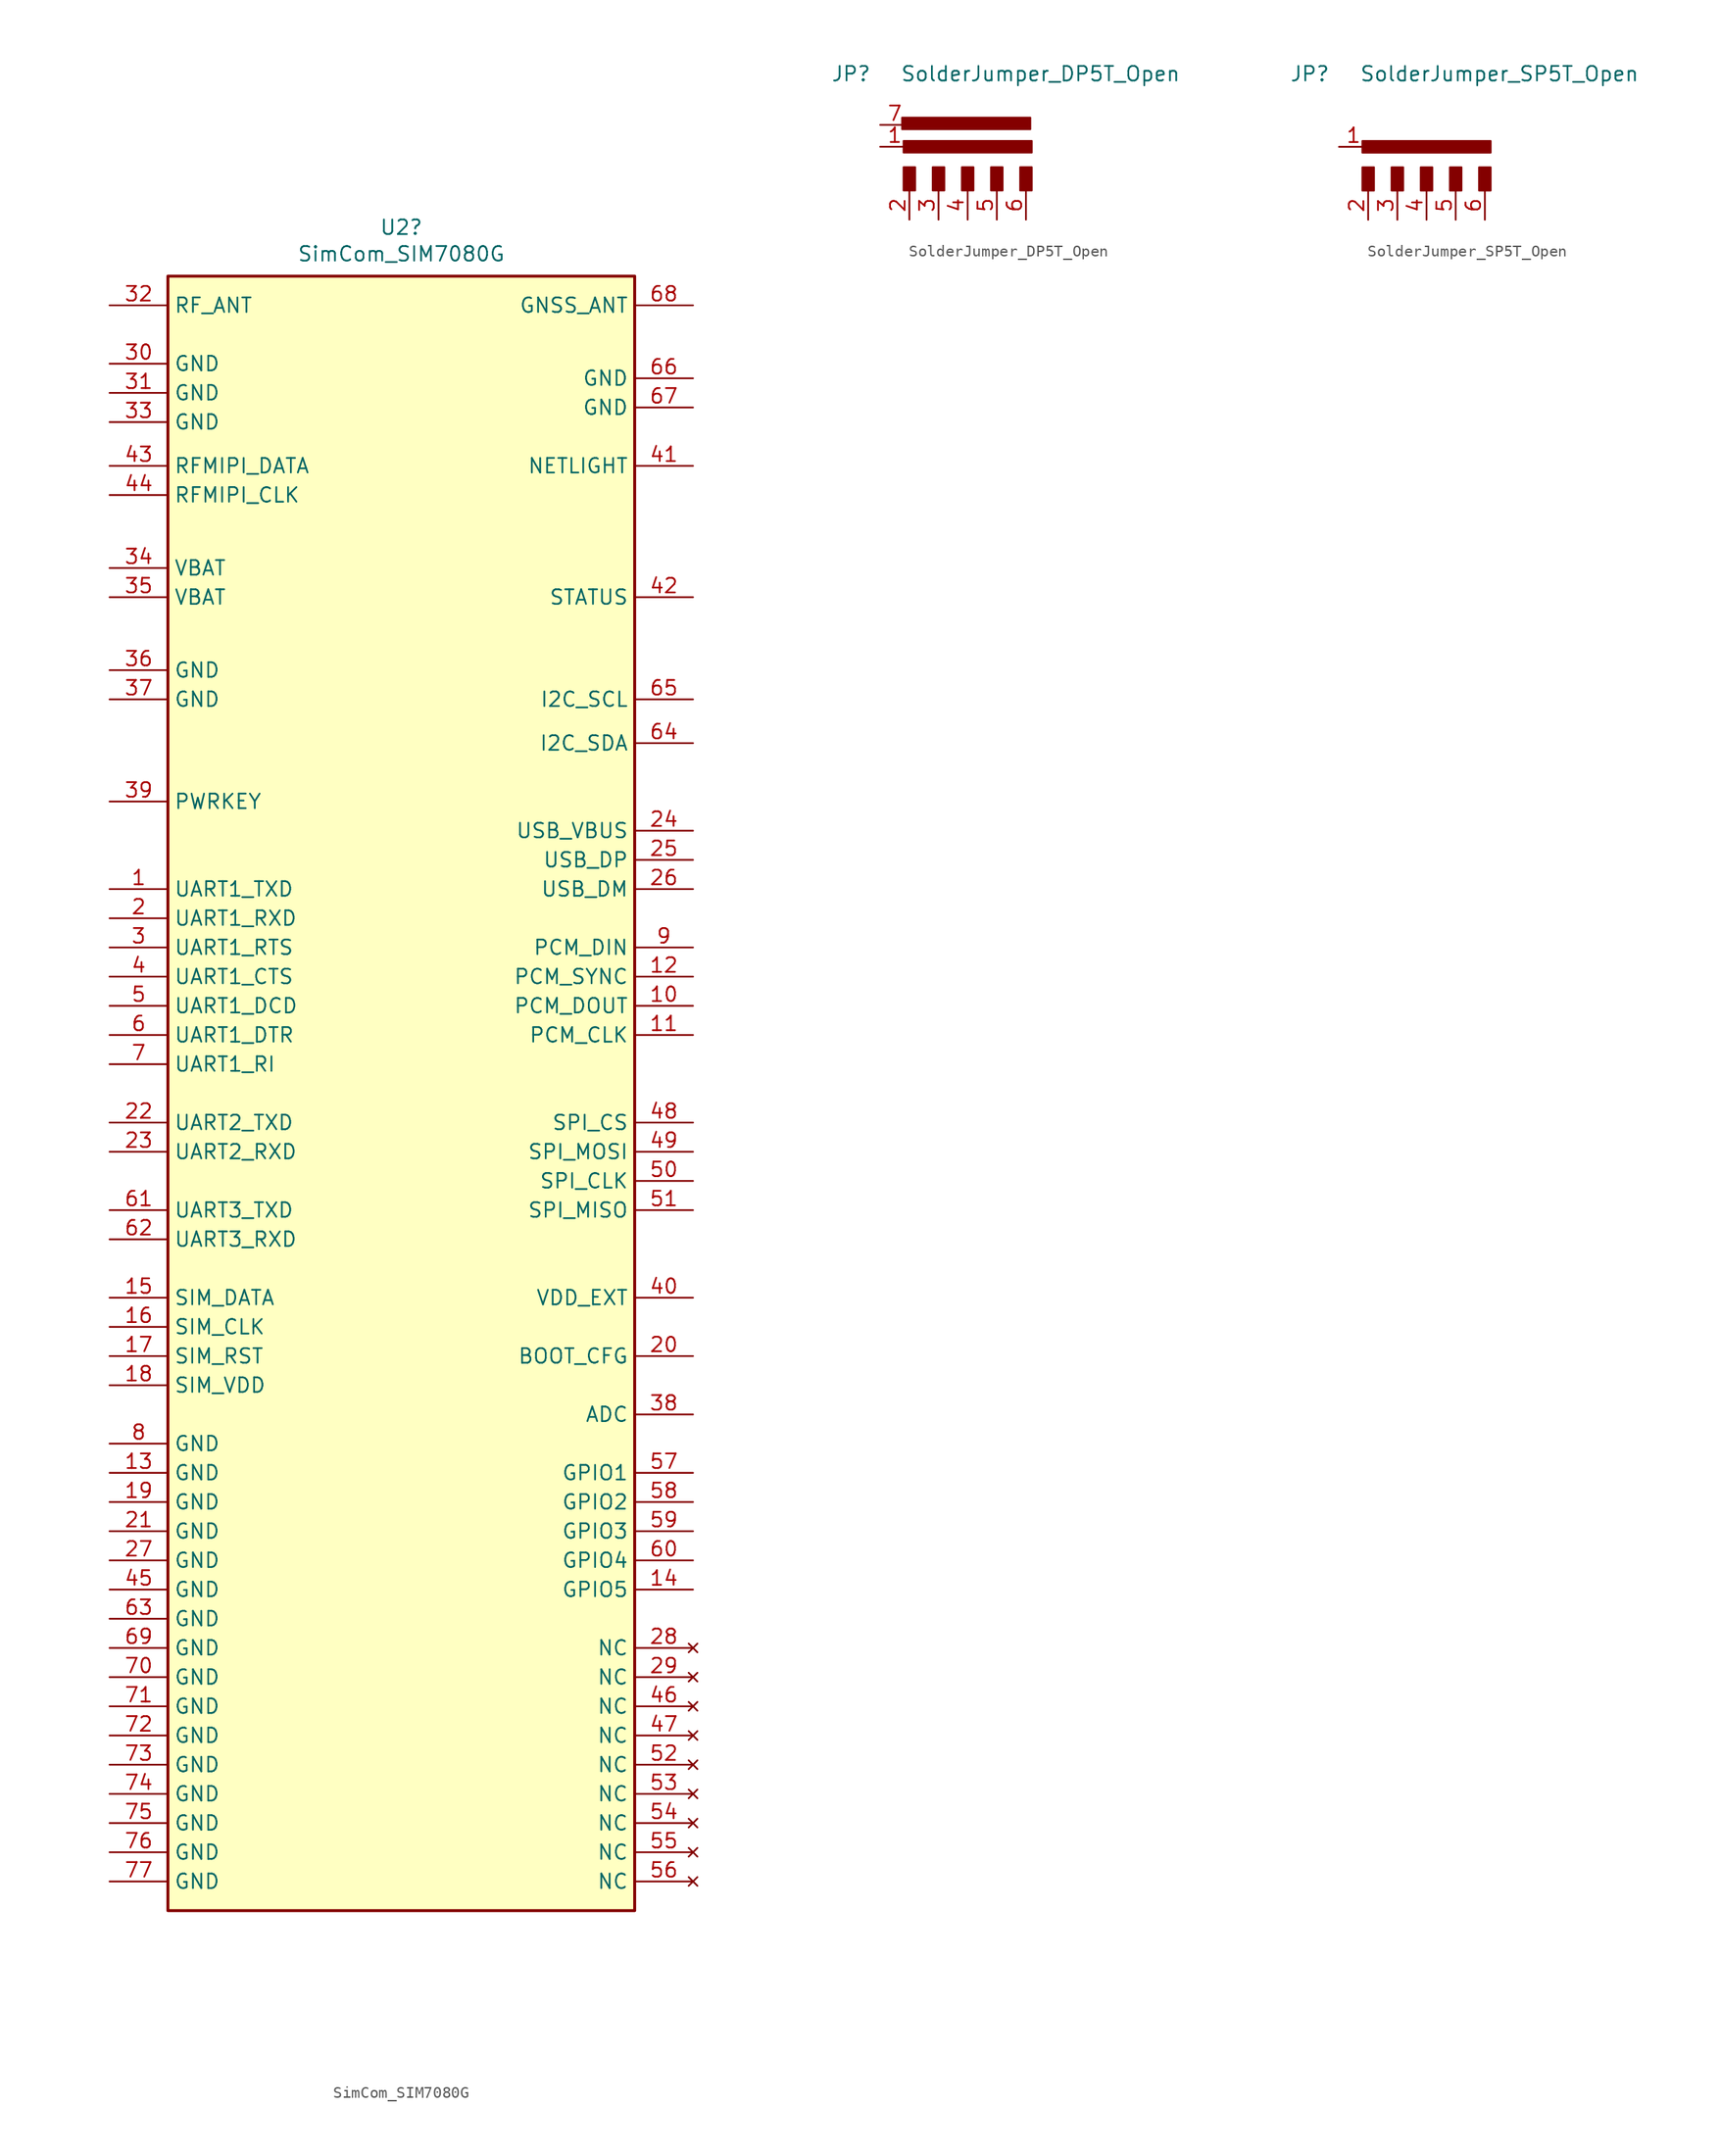
<source format=kicad_sym>
(kicad_symbol_lib
  (version 20231120)
  (generator "kicad_symbol_editor")
  (generator_version "8.0")
  (symbol "SimCom_SIM7080G"
    (property "Reference" "U2"
      (at 0 80.442 0)
      (effects (font (size 1.27 1.27))))
    (property "Value" "SimCom_SIM7080G"
      (at 0 78.13 0)
      (effects (font (size 1.27 1.27))))
    (symbol "SimCom_SIM7080G_0_1"
      (rectangle (start -20.32 -66.04) (end 20.32 76.2) (stroke (width 0.254) (type default)) (fill (type background))))
    (symbol "SimCom_SIM7080G_1_1"
      (pin bidirectional line (at -25.4 22.86 0) (length 5.08) (name "UART1_TXD" (effects (font (size 1.27 1.27)))) (number "1" (effects (font (size 1.27 1.27)))))
      (pin output line (at 25.4 12.7 180) (length 5.08) (name "PCM_DOUT" (effects (font (size 1.27 1.27)))) (number "10" (effects (font (size 1.27 1.27)))))
      (pin output line (at 25.4 10.16 180) (length 5.08) (name "PCM_CLK" (effects (font (size 1.27 1.27)))) (number "11" (effects (font (size 1.27 1.27)))))
      (pin output line (at 25.4 15.24 180) (length 5.08) (name "PCM_SYNC" (effects (font (size 1.27 1.27)))) (number "12" (effects (font (size 1.27 1.27)))))
      (pin power_in line (at -25.4 -27.94 0) (length 5.08) (name "GND" (effects (font (size 1.27 1.27)))) (number "13" (effects (font (size 1.27 1.27)))))
      (pin bidirectional line (at 25.4 -38.1 180) (length 5.08) (name "GPIO5" (effects (font (size 1.27 1.27)))) (number "14" (effects (font (size 1.27 1.27)))))
      (pin bidirectional line (at -25.4 -12.7 0) (length 5.08) (name "SIM_DATA" (effects (font (size 1.27 1.27)))) (number "15" (effects (font (size 1.27 1.27)))))
      (pin bidirectional line (at -25.4 -15.24 0) (length 5.08) (name "SIM_CLK" (effects (font (size 1.27 1.27)))) (number "16" (effects (font (size 1.27 1.27)))))
      (pin bidirectional line (at -25.4 -17.78 0) (length 5.08) (name "SIM_RST" (effects (font (size 1.27 1.27)))) (number "17" (effects (font (size 1.27 1.27)))))
      (pin power_out line (at -25.4 -20.32 0) (length 5.08) (name "SIM_VDD" (effects (font (size 1.27 1.27)))) (number "18" (effects (font (size 1.27 1.27)))))
      (pin power_in line (at -25.4 -30.48 0) (length 5.08) (name "GND" (effects (font (size 1.27 1.27)))) (number "19" (effects (font (size 1.27 1.27)))))
      (pin bidirectional line (at -25.4 20.32 0) (length 5.08) (name "UART1_RXD" (effects (font (size 1.27 1.27)))) (number "2" (effects (font (size 1.27 1.27)))))
      (pin input line (at 25.4 -17.78 180) (length 5.08) (name "BOOT_CFG" (effects (font (size 1.27 1.27)))) (number "20" (effects (font (size 1.27 1.27)))))
      (pin power_in line (at -25.4 -33.02 0) (length 5.08) (name "GND" (effects (font (size 1.27 1.27)))) (number "21" (effects (font (size 1.27 1.27)))))
      (pin bidirectional line (at -25.4 2.54 0) (length 5.08) (name "UART2_TXD" (effects (font (size 1.27 1.27)))) (number "22" (effects (font (size 1.27 1.27)))))
      (pin bidirectional line (at -25.4 0 0) (length 5.08) (name "UART2_RXD" (effects (font (size 1.27 1.27)))) (number "23" (effects (font (size 1.27 1.27)))))
      (pin power_in line (at 25.4 27.94 180) (length 5.08) (name "USB_VBUS" (effects (font (size 1.27 1.27)))) (number "24" (effects (font (size 1.27 1.27)))))
      (pin bidirectional line (at 25.4 25.4 180) (length 5.08) (name "USB_DP" (effects (font (size 1.27 1.27)))) (number "25" (effects (font (size 1.27 1.27)))))
      (pin bidirectional line (at 25.4 22.86 180) (length 5.08) (name "USB_DM" (effects (font (size 1.27 1.27)))) (number "26" (effects (font (size 1.27 1.27)))))
      (pin power_in line (at -25.4 -35.56 0) (length 5.08) (name "GND" (effects (font (size 1.27 1.27)))) (number "27" (effects (font (size 1.27 1.27)))))
      (pin no_connect line (at 25.4 -43.18 180) (length 5.08) (name "NC" (effects (font (size 1.27 1.27)))) (number "28" (effects (font (size 1.27 1.27)))))
      (pin no_connect line (at 25.4 -45.72 180) (length 5.08) (name "NC" (effects (font (size 1.27 1.27)))) (number "29" (effects (font (size 1.27 1.27)))))
      (pin output line (at -25.4 17.78 0) (length 5.08) (name "UART1_RTS" (effects (font (size 1.27 1.27)))) (number "3" (effects (font (size 1.27 1.27)))))
      (pin power_in line (at -25.4 68.58 0) (length 5.08) (name "GND" (effects (font (size 1.27 1.27)))) (number "30" (effects (font (size 1.27 1.27)))))
      (pin power_in line (at -25.4 66.04 0) (length 5.08) (name "GND" (effects (font (size 1.27 1.27)))) (number "31" (effects (font (size 1.27 1.27)))))
      (pin output line (at -25.4 73.66 0) (length 5.08) (name "RF_ANT" (effects (font (size 1.27 1.27)))) (number "32" (effects (font (size 1.27 1.27)))))
      (pin power_in line (at -25.4 63.5 0) (length 5.08) (name "GND" (effects (font (size 1.27 1.27)))) (number "33" (effects (font (size 1.27 1.27)))))
      (pin power_in line (at -25.4 50.8 0) (length 5.08) (name "VBAT" (effects (font (size 1.27 1.27)))) (number "34" (effects (font (size 1.27 1.27)))))
      (pin power_in line (at -25.4 48.26 0) (length 5.08) (name "VBAT" (effects (font (size 1.27 1.27)))) (number "35" (effects (font (size 1.27 1.27)))))
      (pin power_in line (at -25.4 41.91 0) (length 5.08) (name "GND" (effects (font (size 1.27 1.27)))) (number "36" (effects (font (size 1.27 1.27)))))
      (pin power_in line (at -25.4 39.37 0) (length 5.08) (name "GND" (effects (font (size 1.27 1.27)))) (number "37" (effects (font (size 1.27 1.27)))))
      (pin input line (at 25.4 -22.86 180) (length 5.08) (name "ADC" (effects (font (size 1.27 1.27)))) (number "38" (effects (font (size 1.27 1.27)))))
      (pin input line (at -25.4 30.48 0) (length 5.08) (name "PWRKEY" (effects (font (size 1.27 1.27)))) (number "39" (effects (font (size 1.27 1.27)))))
      (pin input line (at -25.4 15.24 0) (length 5.08) (name "UART1_CTS" (effects (font (size 1.27 1.27)))) (number "4" (effects (font (size 1.27 1.27)))))
      (pin power_out line (at 25.4 -12.7 180) (length 5.08) (name "VDD_EXT" (effects (font (size 1.27 1.27)))) (number "40" (effects (font (size 1.27 1.27)))))
      (pin output line (at 25.4 59.69 180) (length 5.08) (name "NETLIGHT" (effects (font (size 1.27 1.27)))) (number "41" (effects (font (size 1.27 1.27)))))
      (pin output line (at 25.4 48.26 180) (length 5.08) (name "STATUS" (effects (font (size 1.27 1.27)))) (number "42" (effects (font (size 1.27 1.27)))))
      (pin bidirectional line (at -25.4 59.69 0) (length 5.08) (name "RFMIPI_DATA" (effects (font (size 1.27 1.27)))) (number "43" (effects (font (size 1.27 1.27)))))
      (pin bidirectional line (at -25.4 57.15 0) (length 5.08) (name "RFMIPI_CLK" (effects (font (size 1.27 1.27)))) (number "44" (effects (font (size 1.27 1.27)))))
      (pin power_in line (at -25.4 -38.1 0) (length 5.08) (name "GND" (effects (font (size 1.27 1.27)))) (number "45" (effects (font (size 1.27 1.27)))))
      (pin no_connect line (at 25.4 -48.26 180) (length 5.08) (name "NC" (effects (font (size 1.27 1.27)))) (number "46" (effects (font (size 1.27 1.27)))))
      (pin no_connect line (at 25.4 -50.8 180) (length 5.08) (name "NC" (effects (font (size 1.27 1.27)))) (number "47" (effects (font (size 1.27 1.27)))))
      (pin output line (at 25.4 2.54 180) (length 5.08) (name "SPI_CS" (effects (font (size 1.27 1.27)))) (number "48" (effects (font (size 1.27 1.27)))))
      (pin output line (at 25.4 0 180) (length 5.08) (name "SPI_MOSI" (effects (font (size 1.27 1.27)))) (number "49" (effects (font (size 1.27 1.27)))))
      (pin input line (at -25.4 12.7 0) (length 5.08) (name "UART1_DCD" (effects (font (size 1.27 1.27)))) (number "5" (effects (font (size 1.27 1.27)))))
      (pin output line (at 25.4 -2.54 180) (length 5.08) (name "SPI_CLK" (effects (font (size 1.27 1.27)))) (number "50" (effects (font (size 1.27 1.27)))))
      (pin input line (at 25.4 -5.08 180) (length 5.08) (name "SPI_MISO" (effects (font (size 1.27 1.27)))) (number "51" (effects (font (size 1.27 1.27)))))
      (pin no_connect line (at 25.4 -53.34 180) (length 5.08) (name "NC" (effects (font (size 1.27 1.27)))) (number "52" (effects (font (size 1.27 1.27)))))
      (pin no_connect line (at 25.4 -55.88 180) (length 5.08) (name "NC" (effects (font (size 1.27 1.27)))) (number "53" (effects (font (size 1.27 1.27)))))
      (pin no_connect line (at 25.4 -58.42 180) (length 5.08) (name "NC" (effects (font (size 1.27 1.27)))) (number "54" (effects (font (size 1.27 1.27)))))
      (pin no_connect line (at 25.4 -60.96 180) (length 5.08) (name "NC" (effects (font (size 1.27 1.27)))) (number "55" (effects (font (size 1.27 1.27)))))
      (pin no_connect line (at 25.4 -63.5 180) (length 5.08) (name "NC" (effects (font (size 1.27 1.27)))) (number "56" (effects (font (size 1.27 1.27)))))
      (pin bidirectional line (at 25.4 -27.94 180) (length 5.08) (name "GPIO1" (effects (font (size 1.27 1.27)))) (number "57" (effects (font (size 1.27 1.27)))))
      (pin bidirectional line (at 25.4 -30.48 180) (length 5.08) (name "GPIO2" (effects (font (size 1.27 1.27)))) (number "58" (effects (font (size 1.27 1.27)))))
      (pin bidirectional line (at 25.4 -33.02 180) (length 5.08) (name "GPIO3" (effects (font (size 1.27 1.27)))) (number "59" (effects (font (size 1.27 1.27)))))
      (pin output line (at -25.4 10.16 0) (length 5.08) (name "UART1_DTR" (effects (font (size 1.27 1.27)))) (number "6" (effects (font (size 1.27 1.27)))))
      (pin bidirectional line (at 25.4 -35.56 180) (length 5.08) (name "GPIO4" (effects (font (size 1.27 1.27)))) (number "60" (effects (font (size 1.27 1.27)))))
      (pin bidirectional line (at -25.4 -5.08 0) (length 5.08) (name "UART3_TXD" (effects (font (size 1.27 1.27)))) (number "61" (effects (font (size 1.27 1.27)))))
      (pin bidirectional line (at -25.4 -7.62 0) (length 5.08) (name "UART3_RXD" (effects (font (size 1.27 1.27)))) (number "62" (effects (font (size 1.27 1.27)))))
      (pin power_in line (at -25.4 -40.64 0) (length 5.08) (name "GND" (effects (font (size 1.27 1.27)))) (number "63" (effects (font (size 1.27 1.27)))))
      (pin bidirectional line (at 25.4 35.56 180) (length 5.08) (name "I2C_SDA" (effects (font (size 1.27 1.27)))) (number "64" (effects (font (size 1.27 1.27)))))
      (pin bidirectional line (at 25.4 39.37 180) (length 5.08) (name "I2C_SCL" (effects (font (size 1.27 1.27)))) (number "65" (effects (font (size 1.27 1.27)))))
      (pin power_in line (at 25.4 67.31 180) (length 5.08) (name "GND" (effects (font (size 1.27 1.27)))) (number "66" (effects (font (size 1.27 1.27)))))
      (pin power_in line (at 25.4 64.77 180) (length 5.08) (name "GND" (effects (font (size 1.27 1.27)))) (number "67" (effects (font (size 1.27 1.27)))))
      (pin output line (at 25.4 73.66 180) (length 5.08) (name "GNSS_ANT" (effects (font (size 1.27 1.27)))) (number "68" (effects (font (size 1.27 1.27)))))
      (pin power_in line (at -25.4 -43.18 0) (length 5.08) (name "GND" (effects (font (size 1.27 1.27)))) (number "69" (effects (font (size 1.27 1.27)))))
      (pin output line (at -25.4 7.62 0) (length 5.08) (name "UART1_RI" (effects (font (size 1.27 1.27)))) (number "7" (effects (font (size 1.27 1.27)))))
      (pin power_in line (at -25.4 -45.72 0) (length 5.08) (name "GND" (effects (font (size 1.27 1.27)))) (number "70" (effects (font (size 1.27 1.27)))))
      (pin power_in line (at -25.4 -48.26 0) (length 5.08) (name "GND" (effects (font (size 1.27 1.27)))) (number "71" (effects (font (size 1.27 1.27)))))
      (pin power_in line (at -25.4 -50.8 0) (length 5.08) (name "GND" (effects (font (size 1.27 1.27)))) (number "72" (effects (font (size 1.27 1.27)))))
      (pin power_in line (at -25.4 -53.34 0) (length 5.08) (name "GND" (effects (font (size 1.27 1.27)))) (number "73" (effects (font (size 1.27 1.27)))))
      (pin power_in line (at -25.4 -55.88 0) (length 5.08) (name "GND" (effects (font (size 1.27 1.27)))) (number "74" (effects (font (size 1.27 1.27)))))
      (pin power_in line (at -25.4 -58.42 0) (length 5.08) (name "GND" (effects (font (size 1.27 1.27)))) (number "75" (effects (font (size 1.27 1.27)))))
      (pin power_in line (at -25.4 -60.96 0) (length 5.08) (name "GND" (effects (font (size 1.27 1.27)))) (number "76" (effects (font (size 1.27 1.27)))))
      (pin power_in line (at -25.4 -63.5 0) (length 5.08) (name "GND" (effects (font (size 1.27 1.27)))) (number "77" (effects (font (size 1.27 1.27)))))
      (pin power_in line (at -25.4 -25.4 0) (length 5.08) (name "GND" (effects (font (size 1.27 1.27)))) (number "8" (effects (font (size 1.27 1.27)))))
      (pin input line (at 25.4 17.78 180) (length 5.08) (name "PCM_DIN" (effects (font (size 1.27 1.27)))) (number "9" (effects (font (size 1.27 1.27)))))))
  (symbol "SolderJumper_DP5T_Open"
    (pin_names
      (offset 0) hide)
    (property "Reference" "JP"
      (at -10.16 10.16 0)
      (effects (font (size 1.27 1.27))))
    (property "Value" "SolderJumper_DP5T_Open"
      (at 6.35 10.16 0)
      (effects (font (size 1.27 1.27))))
    (symbol "SolderJumper_DP5T_Open_0_1"
      (rectangle (start -5.715 6.35) (end 5.461 5.334) (stroke (width 0) (type default)) (fill (type outline)))
      (rectangle (start -5.588 2.032) (end -4.572 0) (stroke (width 0) (type default)) (fill (type outline)))
      (rectangle (start -5.588 4.318) (end 5.588 3.302) (stroke (width 0) (type default)) (fill (type outline)))
      (rectangle (start -3.048 2.032) (end -2.032 0) (stroke (width 0) (type default)) (fill (type outline)))
      (rectangle (start -0.508 2.032) (end 0.508 0) (stroke (width 0) (type default)) (fill (type outline)))
      (rectangle (start 2.032 2.032) (end 3.048 0) (stroke (width 0) (type default)) (fill (type outline)))
      (rectangle (start 4.572 2.032) (end 5.588 0) (stroke (width 0) (type default)) (fill (type outline))))
    (symbol "SolderJumper_DP5T_Open_1_1"
      (pin passive line (at -7.62 3.81 0) (length 2.54) (name "A" (effects (font (size 1.27 1.27)))) (number "1" (effects (font (size 1.27 1.27)))))
      (pin passive line (at -5.08 -2.54 90) (length 2.54) (name "A" (effects (font (size 1.27 1.27)))) (number "2" (effects (font (size 1.27 1.27)))))
      (pin passive line (at -2.54 -2.54 90) (length 2.54) (name "B" (effects (font (size 1.27 1.27)))) (number "3" (effects (font (size 1.27 1.27)))))
      (pin passive line (at 0 -2.54 90) (length 2.54) (name "C" (effects (font (size 1.27 1.27)))) (number "4" (effects (font (size 1.27 1.27)))))
      (pin passive line (at 2.54 -2.54 90) (length 2.54) (name "D" (effects (font (size 1.27 1.27)))) (number "5" (effects (font (size 1.27 1.27)))))
      (pin passive line (at 5.08 -2.54 90) (length 2.54) (name "E" (effects (font (size 1.27 1.27)))) (number "6" (effects (font (size 1.27 1.27)))))
      (pin passive line (at -7.62 5.715 0) (length 2.54) (name "B" (effects (font (size 1.27 1.27)))) (number "7" (effects (font (size 1.27 1.27)))))))
  (symbol "SolderJumper_SP5T_Open"
    (pin_names
      (offset 0) hide)
    (property "Reference" "JP"
      (at -10.16 10.16 0)
      (effects (font (size 1.27 1.27))))
    (property "Value" "SolderJumper_SP5T_Open"
      (at 6.35 10.16 0)
      (effects (font (size 1.27 1.27))))
    (symbol "SolderJumper_SP5T_Open_0_1"
      (rectangle (start -5.588 2.032) (end -4.572 0) (stroke (width 0) (type default)) (fill (type outline)))
      (rectangle (start -5.588 4.318) (end 5.588 3.302) (stroke (width 0) (type default)) (fill (type outline)))
      (rectangle (start -3.048 2.032) (end -2.032 0) (stroke (width 0) (type default)) (fill (type outline)))
      (rectangle (start -0.508 2.032) (end 0.508 0) (stroke (width 0) (type default)) (fill (type outline)))
      (rectangle (start 2.032 2.032) (end 3.048 0) (stroke (width 0) (type default)) (fill (type outline)))
      (rectangle (start 4.572 2.032) (end 5.588 0) (stroke (width 0) (type default)) (fill (type outline))))
    (symbol "SolderJumper_SP5T_Open_1_1"
      (pin passive line (at -7.62 3.81 0) (length 2.54) (name "A" (effects (font (size 1.27 1.27)))) (number "1" (effects (font (size 1.27 1.27)))))
      (pin passive line (at -5.08 -2.54 90) (length 2.54) (name "A" (effects (font (size 1.27 1.27)))) (number "2" (effects (font (size 1.27 1.27)))))
      (pin passive line (at -2.54 -2.54 90) (length 2.54) (name "B" (effects (font (size 1.27 1.27)))) (number "3" (effects (font (size 1.27 1.27)))))
      (pin passive line (at 0 -2.54 90) (length 2.54) (name "C" (effects (font (size 1.27 1.27)))) (number "4" (effects (font (size 1.27 1.27)))))
      (pin passive line (at 2.54 -2.54 90) (length 2.54) (name "D" (effects (font (size 1.27 1.27)))) (number "5" (effects (font (size 1.27 1.27)))))
      (pin passive line (at 5.08 -2.54 90) (length 2.54) (name "E" (effects (font (size 1.27 1.27)))) (number "6" (effects (font (size 1.27 1.27))))))))
</source>
